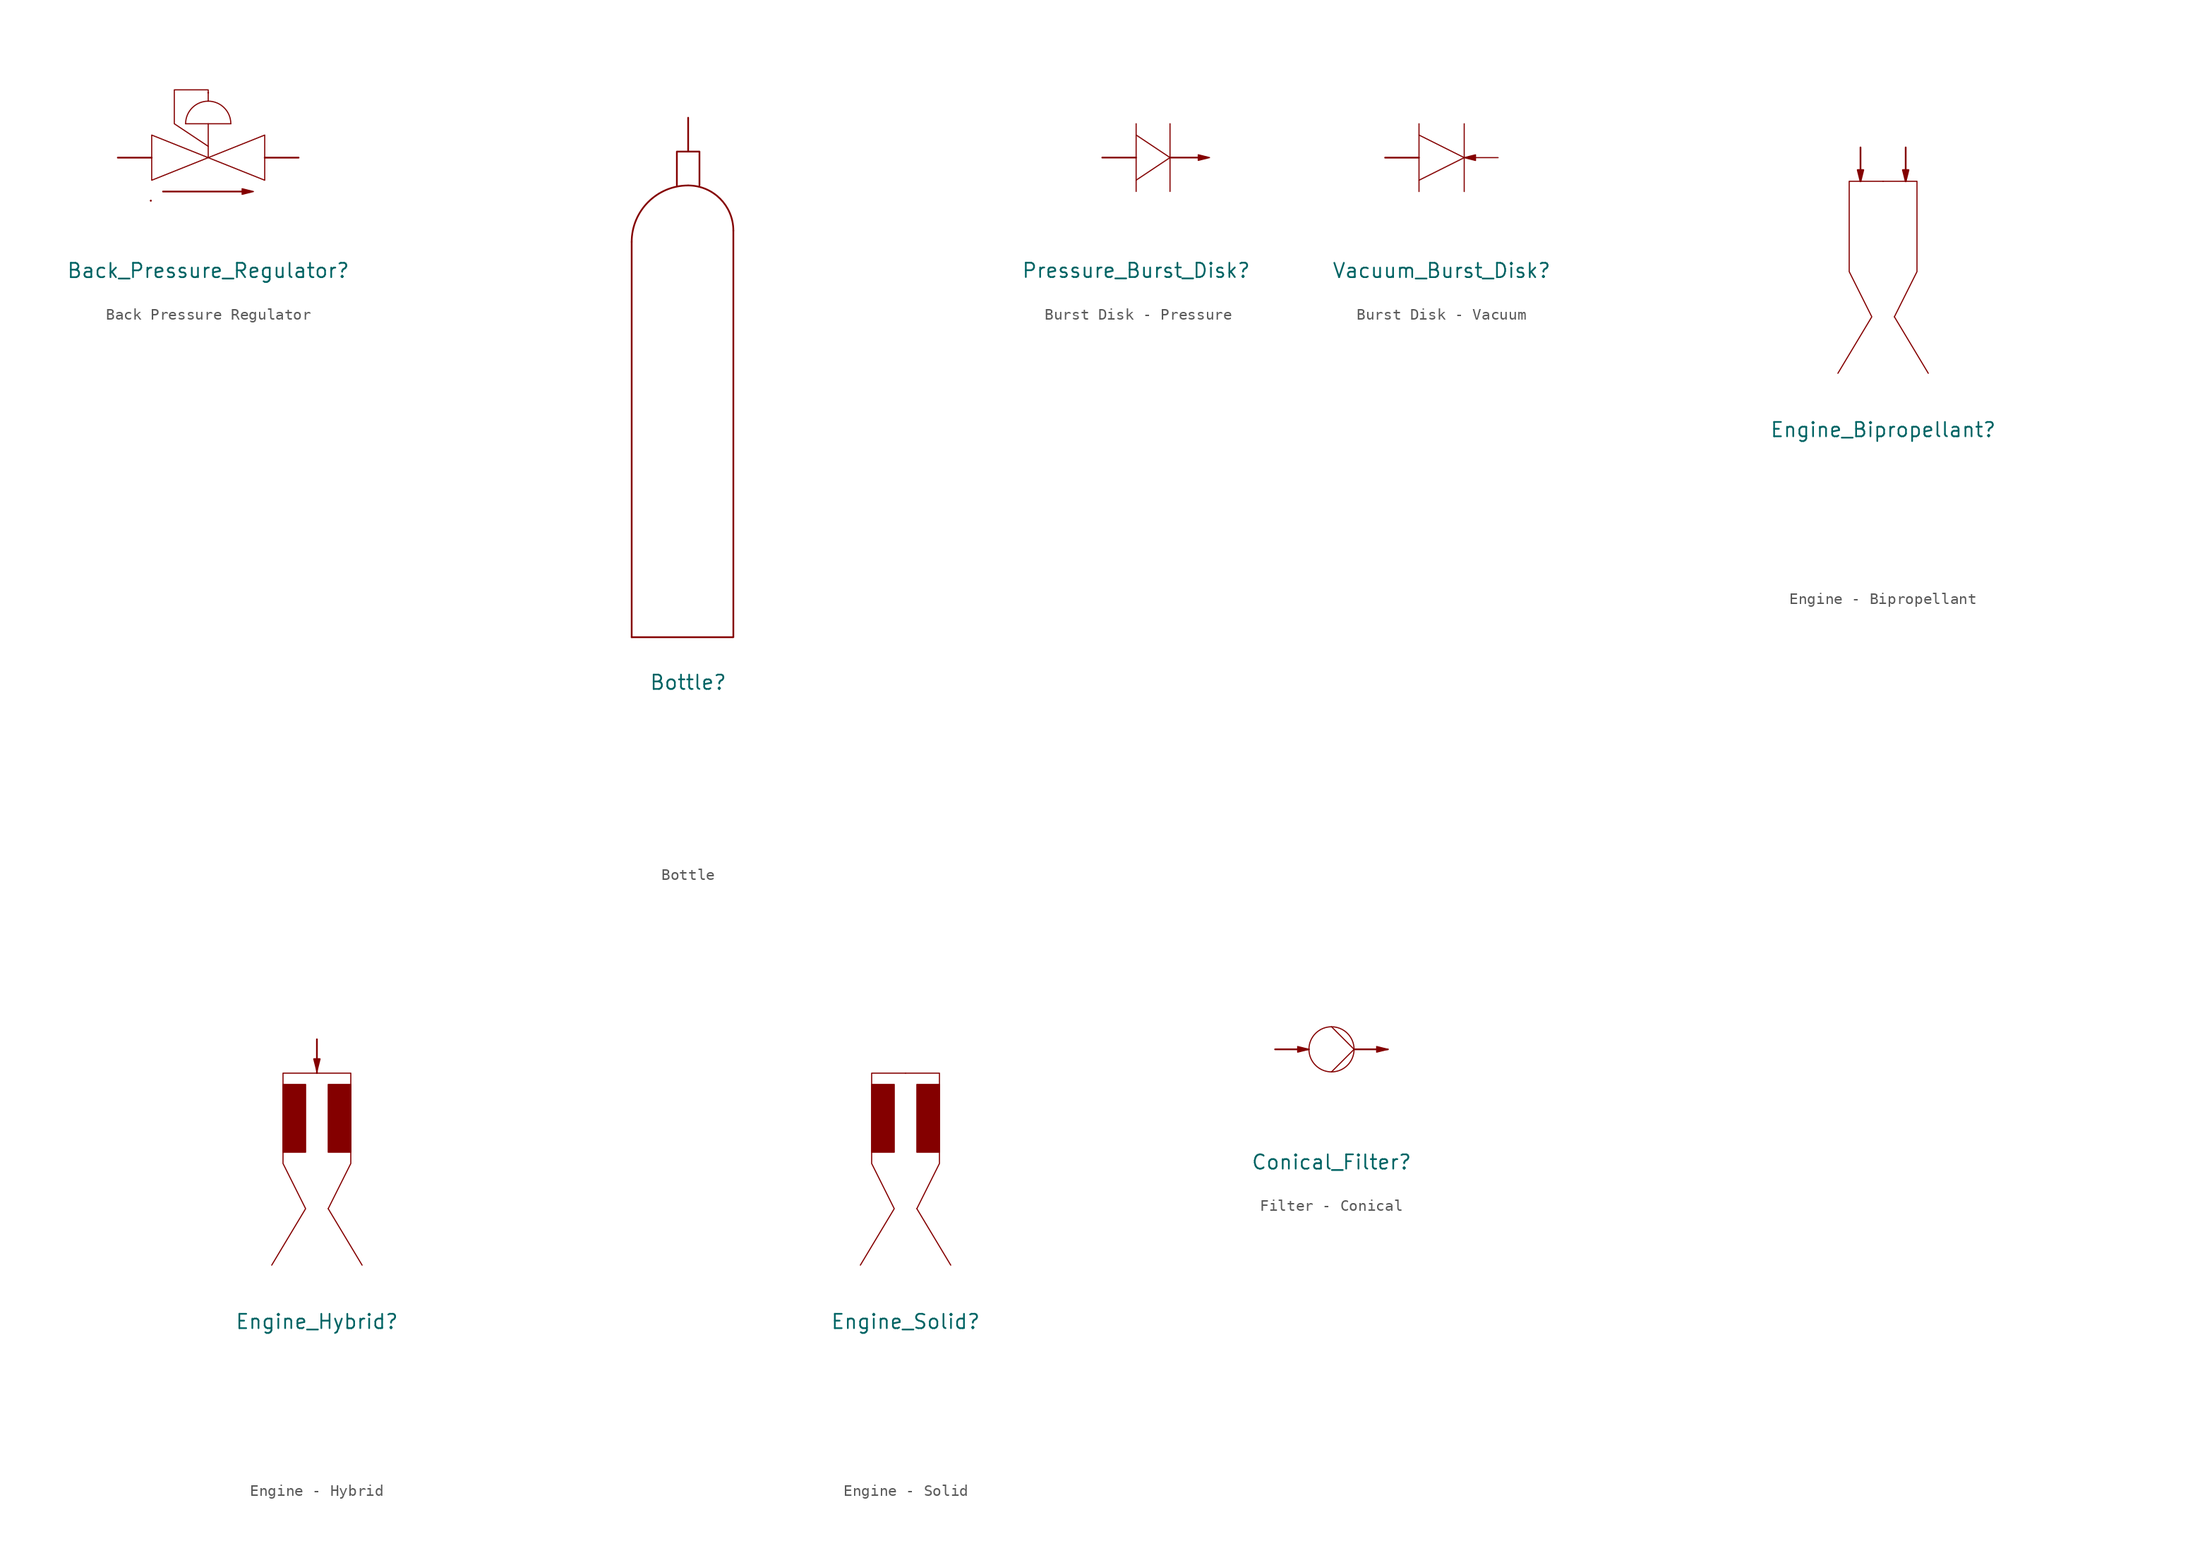
<source format=kicad_sym>
(kicad_symbol_lib
  (version 20231120)
  (generator "kicad_symbol_editor")
  (generator_version "8.0")
  (symbol "Back Pressure Regulator"
    (property Reference Back_Pressure_Regulator
      (at 0 -10 0)
      (effects (font (size 1.27 1.27))))
    (property Value ""
      (at 0 0 0)
      (effects (font (size 1.27 1.27))))
    (symbol "Back Pressure Regulator_0_1"
      (polyline (pts (xy -5.08 -3.81) (xy -5.08 -3.81)) (stroke (width 0) (type default)) (fill (type none)))
      (polyline (pts (xy -5.08 -3.81) (xy -5.08 -3.81)) (stroke (width 0) (type default)) (fill (type none)))
      (polyline (pts (xy -4 -3) (xy 3 -3)) (stroke (width 0) (type default)) (fill (type none)))
      (polyline (pts (xy 0 5.75) (xy 0 5.75)) (stroke (width 0) (type default)) (fill (type none))))
    (symbol "Back Pressure Regulator_1_1"
      (rectangle private (start -8 8) (end 8 -8) (stroke (width 0.1) (type dot)) (fill (type none)))
      (rectangle private (start -5 5) (end 5 -5) (stroke (width 0.1) (type dot)) (fill (type none)))
      (polyline (pts (xy 0 3) (xy 0 0)) (stroke (width 0.1) (type default)) (fill (type none)))
      (polyline (pts (xy 2 3) (xy -2 3)) (stroke (width 0.1) (type default)) (fill (type none)))
      (polyline (pts (xy 0 0) (xy -5 2) (xy -5 -2) (xy 0 0)) (stroke (width 0.1) (type default)) (fill (type none)))
      (polyline (pts (xy 0 0) (xy 5 2) (xy 5 -2) (xy 0 0)) (stroke (width 0.1) (type default)) (fill (type none)))
      (polyline (pts (xy 0 1) (xy -3 3) (xy -3 6) (xy 0 6) (xy 0 5)) (stroke (width 0.1) (type default)) (fill (type none)))
      (polyline (pts (xy 3 -3) (xy 3 -2.75) (xy 4 -3) (xy 3 -3.25) (xy 3 -3)) (stroke (width 0.1) (type default)) (fill (type outline)))
      (arc (start 0 5) (mid -1.4142 4.4142) (end -2 3) (stroke (width 0.1000) (type default)) (fill (type none)))
      (arc (start 2 3) (mid 1.4142 4.4142) (end 0 5) (stroke (width 0.1000) (type default)) (fill (type none)))
      (pin input line (at -8 0 0) (length 3) (name "" (effects (font (size 1.27 1.27)))) (number "" (effects (font (size 1.27 1.27)))))
      (pin output line (at 8 0 180) (length 3) (name "" (effects (font (size 1.27 1.27)))) (number "" (effects (font (size 1.27 1.27)))))))
  (symbol Bottle
    (property Reference Bottle
      (at 0 -10 0)
      (effects (font (size 1.27 1.27))))
    (property Value ""
      (at 0 0 0)
      (effects (font (size 1.27 1.27))))
    (symbol "Bottle_0_1"
      (polyline (pts (xy -5 29) (xy -5 -6)) (stroke (width 0) (type default)) (fill (type none)))
      (polyline (pts (xy -5 -6) (xy 4 -6) (xy 4 30)) (stroke (width 0) (type default)) (fill (type none)))
      (arc (start 0 34) (mid -3.5358 32.5357) (end -4.9997 28.9997) (stroke (width 0) (type default)) (fill (type none)))
      (arc (start 4 30) (mid 2.8288 32.8291) (end -0.0003 34.0003) (stroke (width 0) (type default)) (fill (type none))))
    (symbol "Bottle_1_1"
      (rectangle private (start -20 20) (end 20 -20) (stroke (width 0.1) (type dot)) (fill (type none)))
      (rectangle private (start -12 12) (end 12 -12) (stroke (width 0.1) (type dot)) (fill (type none)))
      (rectangle private (start -8 8) (end 8 -8) (stroke (width 0.1) (type dot)) (fill (type none)))
      (rectangle private (start -5 5) (end 5 -5) (stroke (width 0.1) (type dot)) (fill (type none)))
      (polyline (pts (xy 1 34) (xy 1 37) (xy -1 37) (xy -1 34)) (stroke (width 0) (type default)) (fill (type none)))
      (pin output line (at 0 40 270) (length 3) (name "" (effects (font (size 1.27 1.27)))) (number "" (effects (font (size 1.27 1.27)))))))
  (symbol "Burst Disk - Pressure"
    (property Reference Pressure_Burst_Disk
      (at 0 -10 0)
      (effects (font (size 1.27 1.27))))
    (property Value ""
      (at 0 0 0)
      (effects (font (size 1.27 1.27))))
    (symbol "Burst Disk - Pressure_1_1"
      (rectangle private (start -7 8) (end 10 -8) (stroke (width 0.1) (type dot)) (fill (type none)))
      (rectangle private (start -4 5) (end 7 -5) (stroke (width 0.1) (type dot)) (fill (type none)))
      (polyline (pts (xy 0 3) (xy 0 -3)) (stroke (width 0.1) (type default)) (fill (type none)))
      (polyline (pts (xy 3 0) (xy 0 -2)) (stroke (width 0.1) (type default)) (fill (type none)))
      (polyline (pts (xy 3 0) (xy 0 2)) (stroke (width 0.1) (type default)) (fill (type none)))
      (polyline (pts (xy 3 3) (xy 3 -3)) (stroke (width 0.1) (type default)) (fill (type none)))
      (polyline (pts (xy 6.5 0) (xy 5.5 0.25) (xy 5.5 -0.25) (xy 6.5 0)) (stroke (width 0.1) (type default)) (fill (type outline)))
      (pin input line (at -3 0 0) (length 3) (name "" (effects (font (size 1.27 1.27)))) (number "" (effects (font (size 1.27 1.27)))))
      (pin output line (at 6 0 180) (length 3) (name "" (effects (font (size 1.27 1.27)))) (number "" (effects (font (size 1.27 1.27)))))))
  (symbol "Burst Disk - Vacuum"
    (property Reference Vacuum_Burst_Disk
      (at 0 -10 0)
      (effects (font (size 1.27 1.27))))
    (property Value ""
      (at 0 0 0)
      (effects (font (size 1.27 1.27))))
    (symbol "Burst Disk - Vacuum_1_1"
      (rectangle private (start -8 8) (end 8 -8) (stroke (width 0.1) (type dot)) (fill (type none)))
      (rectangle private (start -5 5) (end 5 -5) (stroke (width 0.1) (type dot)) (fill (type none)))
      (polyline (pts (xy -2 3) (xy -2 -3)) (stroke (width 0.1) (type default)) (fill (type none)))
      (polyline (pts (xy 2 0) (xy -2 -2)) (stroke (width 0.1) (type default)) (fill (type none)))
      (polyline (pts (xy 2 0) (xy -2 2)) (stroke (width 0.1) (type default)) (fill (type none)))
      (polyline (pts (xy 2 3) (xy 2 -3)) (stroke (width 0.1) (type default)) (fill (type none)))
      (polyline (pts (xy 5 0) (xy 3 0)) (stroke (width 0.1) (type default)) (fill (type none)))
      (polyline (pts (xy 2 0) (xy 3 -0.25) (xy 3 0.25) (xy 2 0)) (stroke (width 0.1) (type default)) (fill (type outline)))
      (pin input line (at -5 0 0) (length 3) (name "" (effects (font (size 1.27 1.27)))) (number "" (effects (font (size 1.27 1.27)))))))
  (symbol "Engine - Bipropellant"
    (property Reference Engine_Bipropellant
      (at 0 -10 0)
      (effects (font (size 1.27 1.27))))
    (property Value ""
      (at 0 0 0)
      (effects (font (size 1.27 1.27))))
    (symbol "Engine - Bipropellant_1_1"
      (rectangle private (start -20 20) (end 20 -20) (stroke (width 0.1) (type dot)) (fill (type none)))
      (rectangle private (start -12 12) (end 12 -12) (stroke (width 0.1) (type dot)) (fill (type none)))
      (rectangle private (start -8 8) (end 8 -8) (stroke (width 0.1) (type dot)) (fill (type none)))
      (rectangle private (start -5 5) (end 5 -5) (stroke (width 0.1) (type dot)) (fill (type none)))
      (polyline (pts (xy 1 0) (xy 4 -5)) (stroke (width 0.1) (type default)) (fill (type none)))
      (polyline (pts (xy -2 12) (xy -1.75 13) (xy -2.25 13) (xy -2 12)) (stroke (width 0) (type default)) (fill (type outline)))
      (polyline (pts (xy 0 12) (xy 3 12) (xy 3 4) (xy 1 0)) (stroke (width 0.1) (type default)) (fill (type none)))
      (polyline (pts (xy 2 12) (xy 2.25 13) (xy 1.75 13) (xy 2 12)) (stroke (width 0) (type default)) (fill (type outline)))
      (polyline (pts (xy 0 12) (xy -3 12) (xy -3 4) (xy -1 0) (xy -4 -5)) (stroke (width 0.1) (type default)) (fill (type none)))
      (pin input line (at -2 15 270) (length 3) (name "" (effects (font (size 1.27 1.27)))) (number "" (effects (font (size 1.27 1.27)))))
      (pin input line (at 2 15 270) (length 3) (name "" (effects (font (size 1.27 1.27)))) (number "" (effects (font (size 1.27 1.27)))))))
  (symbol "Engine - Hybrid"
    (property Reference Engine_Hybrid
      (at 0 -10 0)
      (effects (font (size 1.27 1.27))))
    (property Value ""
      (at 0 0 0)
      (effects (font (size 1.27 1.27))))
    (symbol "Engine - Hybrid_1_1"
      (rectangle private (start -20 20) (end 20 -20) (stroke (width 0.1) (type dot)) (fill (type none)))
      (rectangle private (start -12 12) (end 12 -12) (stroke (width 0.1) (type dot)) (fill (type none)))
      (rectangle private (start -8 8) (end 8 -8) (stroke (width 0.1) (type dot)) (fill (type none)))
      (rectangle private (start -5 5) (end 5 -5) (stroke (width 0.1) (type dot)) (fill (type none)))
      (rectangle (start -3 11) (end -1 5) (stroke (width 0.1) (type default)) (fill (type outline)))
      (polyline (pts (xy 1 0) (xy 4 -5)) (stroke (width 0.1) (type default)) (fill (type none)))
      (polyline (pts (xy 0 12) (xy 3 12) (xy 3 4) (xy 1 0)) (stroke (width 0.1) (type default)) (fill (type none)))
      (polyline (pts (xy 0 12.25) (xy 0.25 13.25) (xy -0.25 13.25) (xy 0 12.25)) (stroke (width 0) (type default)) (fill (type outline)))
      (polyline (pts (xy 0 12) (xy -3 12) (xy -3 4) (xy -1 0) (xy -4 -5)) (stroke (width 0.1) (type default)) (fill (type none)))
      (rectangle (start 1 11) (end 3 5) (stroke (width 0.1) (type default)) (fill (type outline)))
      (pin input line (at 0 15 270) (length 3) (name "" (effects (font (size 1.27 1.27)))) (number "" (effects (font (size 1.27 1.27)))))))
  (symbol "Engine - Solid"
    (property Reference Engine_Solid
      (at 0 -10 0)
      (effects (font (size 1.27 1.27))))
    (property Value ""
      (at 0 0 0)
      (effects (font (size 1.27 1.27))))
    (symbol "Engine - Solid_1_1"
      (rectangle private (start -20 20) (end 20 -20) (stroke (width 0.1) (type dot)) (fill (type none)))
      (rectangle private (start -12 12) (end 12 -12) (stroke (width 0.1) (type dot)) (fill (type none)))
      (rectangle private (start -8 8) (end 8 -8) (stroke (width 0.1) (type dot)) (fill (type none)))
      (rectangle private (start -5 5) (end 5 -5) (stroke (width 0.1) (type dot)) (fill (type none)))
      (rectangle (start -3 11) (end -1 5) (stroke (width 0.1) (type default)) (fill (type outline)))
      (polyline (pts (xy 1 0) (xy 4 -5)) (stroke (width 0.1) (type default)) (fill (type none)))
      (polyline (pts (xy 0 12) (xy 3 12) (xy 3 4) (xy 1 0)) (stroke (width 0.1) (type default)) (fill (type none)))
      (polyline (pts (xy 0 12) (xy -3 12) (xy -3 4) (xy -1 0) (xy -4 -5)) (stroke (width 0.1) (type default)) (fill (type none)))
      (rectangle (start 1 11) (end 3 5) (stroke (width 0.1) (type default)) (fill (type outline)))))
  (symbol "Filter - Conical"
    (property Reference Conical_Filter
      (at 0 -10 0)
      (effects (font (size 1.27 1.27))))
    (property Value ""
      (at 0 0 0)
      (effects (font (size 1.27 1.27))))
    (symbol "Filter - Conical_1_1"
      (rectangle private (start -8 8) (end 8 -8) (stroke (width 0.1) (type dot)) (fill (type none)))
      (rectangle private (start -5 5) (end 5 -5) (stroke (width 0.1) (type dot)) (fill (type none)))
      (polyline (pts (xy 2 0) (xy 0 -2)) (stroke (width 0.1) (type default)) (fill (type none)))
      (polyline (pts (xy 2 0) (xy 0 2)) (stroke (width 0.1) (type default)) (fill (type none)))
      (polyline (pts (xy -3 0) (xy -3 0.25) (xy -2 0) (xy -3 -0.25) (xy -3 0)) (stroke (width 0.1) (type default)) (fill (type outline)))
      (polyline (pts (xy 4 0) (xy 4 0.25) (xy 5 0) (xy 4 -0.25) (xy 4 0)) (stroke (width 0.1) (type default)) (fill (type outline)))
      (circle (center 0 0) (radius 2) (stroke (width 0.1) (type default)) (fill (type none)))
      (pin input line (at -5 0 0) (length 3) (name "" (effects (font (size 1.27 1.27)))) (number "" (effects (font (size 1.27 1.27)))))
      (pin output line (at 5 0 180) (length 3) (name "" (effects (font (size 1.27 1.27)))) (number "" (effects (font (size 1.27 1.27))))))))
</source>
